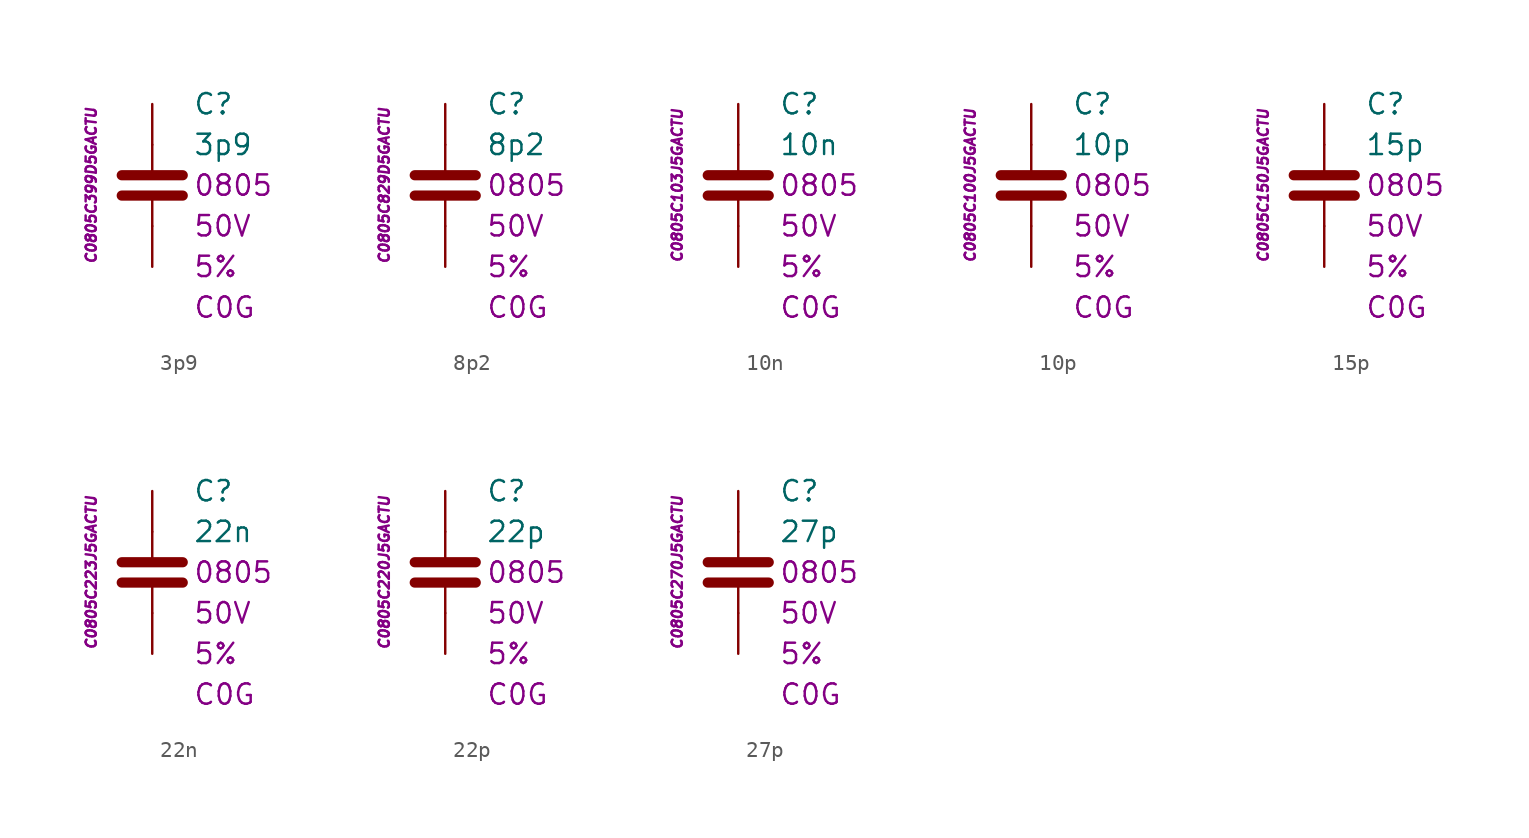
<source format=kicad_sym>
(kicad_symbol_lib
  (version 20201005)
  (generator kicad_symbol_editor)
  (symbol "C.Kemet.MLCC.0805.COG:3p9"
    (pin_numbers hide)
    (pin_names
      (offset 1.016) hide)
    (property "Reference" "C"
      (at 2.54 5.08 0)
      (effects (font (size 1.27 1.27)) (justify left)))
    (property "Value" "3p9"
      (at 2.54 2.54 0)
      (effects (font (size 1.27 1.27)) (justify left)))
    (property "Package" "0805"
      (at 2.54 0 0)
      (effects (font (size 1.27 1.27)) (justify left)))
    (property "Voltage" "50V"
      (at 2.54 -2.54 0)
      (effects (font (size 1.27 1.27)) (justify left)))
    (property "Tolerance" "5%"
      (at 2.54 -5.08 0)
      (effects (font (size 1.27 1.27)) (justify left)))
    (property "Dielectric" "C0G"
      (at 2.54 -7.62 0)
      (effects (font (size 1.27 1.27)) (justify left)))
    (property "ID" "C0805C399D5GACTU"
      (at -3.81 0 90)
      (effects (font (size 0.635 0.635) italic)))
    (symbol "3p9_0_1"
      (polyline (pts (xy -1.905 -0.635) (xy 1.905 -0.635)) (stroke (width 0.635)) (fill (type none)))
      (polyline (pts (xy -1.905 0.635) (xy 1.905 0.635)) (stroke (width 0.635)) (fill (type none)))
      (polyline (pts (xy 0 -2.54) (xy 0 -0.635)) (stroke (width 0.152)) (fill (type none)))
      (polyline (pts (xy 0 0.635) (xy 0 2.54)) (stroke (width 0.152)) (fill (type none))))
    (symbol "3p9_1_1"
      (pin passive line (at 0 5.08 270) (length 2.54) (name "~" (effects (font (size 1.778 1.778)))) (number "1" (effects (font (size 1.778 1.778)))))
      (pin passive line (at 0 -5.08 90) (length 2.54) (name "~" (effects (font (size 1.778 1.778)))) (number "2" (effects (font (size 1.778 1.778)))))))
  (symbol "C.Kemet.MLCC.0805.COG:8p2"
    (pin_numbers hide)
    (pin_names
      (offset 1.016) hide)
    (property "Reference" "C"
      (at 2.54 5.08 0)
      (effects (font (size 1.27 1.27)) (justify left)))
    (property "Value" "8p2"
      (at 2.54 2.54 0)
      (effects (font (size 1.27 1.27)) (justify left)))
    (property "Package" "0805"
      (at 2.54 0 0)
      (effects (font (size 1.27 1.27)) (justify left)))
    (property "Voltage" "50V"
      (at 2.54 -2.54 0)
      (effects (font (size 1.27 1.27)) (justify left)))
    (property "Tolerance" "5%"
      (at 2.54 -5.08 0)
      (effects (font (size 1.27 1.27)) (justify left)))
    (property "Dielectric" "C0G"
      (at 2.54 -7.62 0)
      (effects (font (size 1.27 1.27)) (justify left)))
    (property "ID" "C0805C829D5GACTU"
      (at -3.81 0 90)
      (effects (font (size 0.635 0.635) italic)))
    (symbol "8p2_0_1"
      (polyline (pts (xy -1.905 -0.635) (xy 1.905 -0.635)) (stroke (width 0.635)) (fill (type none)))
      (polyline (pts (xy -1.905 0.635) (xy 1.905 0.635)) (stroke (width 0.635)) (fill (type none)))
      (polyline (pts (xy 0 -2.54) (xy 0 -0.635)) (stroke (width 0.152)) (fill (type none)))
      (polyline (pts (xy 0 0.635) (xy 0 2.54)) (stroke (width 0.152)) (fill (type none))))
    (symbol "8p2_1_1"
      (pin passive line (at 0 5.08 270) (length 2.54) (name "~" (effects (font (size 1.778 1.778)))) (number "1" (effects (font (size 1.778 1.778)))))
      (pin passive line (at 0 -5.08 90) (length 2.54) (name "~" (effects (font (size 1.778 1.778)))) (number "2" (effects (font (size 1.778 1.778)))))))
  (symbol "C.Kemet.MLCC.0805.COG:10n"
    (pin_numbers hide)
    (pin_names
      (offset 1.016) hide)
    (property "Reference" "C"
      (at 2.54 5.08 0)
      (effects (font (size 1.27 1.27)) (justify left)))
    (property "Value" "10n"
      (at 2.54 2.54 0)
      (effects (font (size 1.27 1.27)) (justify left)))
    (property "Package" "0805"
      (at 2.54 0 0)
      (effects (font (size 1.27 1.27)) (justify left)))
    (property "Voltage" "50V"
      (at 2.54 -2.54 0)
      (effects (font (size 1.27 1.27)) (justify left)))
    (property "Tolerance" "5%"
      (at 2.54 -5.08 0)
      (effects (font (size 1.27 1.27)) (justify left)))
    (property "Dielectric" "C0G"
      (at 2.54 -7.62 0)
      (effects (font (size 1.27 1.27)) (justify left)))
    (property "ID" "C0805C103J5GACTU"
      (at -3.81 0 90)
      (effects (font (size 0.635 0.635) italic)))
    (symbol "10n_0_1"
      (polyline (pts (xy -1.905 -0.635) (xy 1.905 -0.635)) (stroke (width 0.635)) (fill (type none)))
      (polyline (pts (xy -1.905 0.635) (xy 1.905 0.635)) (stroke (width 0.635)) (fill (type none)))
      (polyline (pts (xy 0 -2.54) (xy 0 -0.635)) (stroke (width 0.152)) (fill (type none)))
      (polyline (pts (xy 0 0.635) (xy 0 2.54)) (stroke (width 0.152)) (fill (type none))))
    (symbol "10n_1_1"
      (pin passive line (at 0 5.08 270) (length 2.54) (name "~" (effects (font (size 1.778 1.778)))) (number "1" (effects (font (size 1.778 1.778)))))
      (pin passive line (at 0 -5.08 90) (length 2.54) (name "~" (effects (font (size 1.778 1.778)))) (number "2" (effects (font (size 1.778 1.778)))))))
  (symbol "C.Kemet.MLCC.0805.COG:10p"
    (pin_numbers hide)
    (pin_names
      (offset 1.016) hide)
    (property "Reference" "C"
      (at 2.54 5.08 0)
      (effects (font (size 1.27 1.27)) (justify left)))
    (property "Value" "10p"
      (at 2.54 2.54 0)
      (effects (font (size 1.27 1.27)) (justify left)))
    (property "Package" "0805"
      (at 2.54 0 0)
      (effects (font (size 1.27 1.27)) (justify left)))
    (property "Voltage" "50V"
      (at 2.54 -2.54 0)
      (effects (font (size 1.27 1.27)) (justify left)))
    (property "Tolerance" "5%"
      (at 2.54 -5.08 0)
      (effects (font (size 1.27 1.27)) (justify left)))
    (property "Dielectric" "C0G"
      (at 2.54 -7.62 0)
      (effects (font (size 1.27 1.27)) (justify left)))
    (property "ID" "C0805C100J5GACTU"
      (at -3.81 0 90)
      (effects (font (size 0.635 0.635) italic)))
    (symbol "10p_0_1"
      (polyline (pts (xy -1.905 -0.635) (xy 1.905 -0.635)) (stroke (width 0.635)) (fill (type none)))
      (polyline (pts (xy -1.905 0.635) (xy 1.905 0.635)) (stroke (width 0.635)) (fill (type none)))
      (polyline (pts (xy 0 -2.54) (xy 0 -0.635)) (stroke (width 0.152)) (fill (type none)))
      (polyline (pts (xy 0 0.635) (xy 0 2.54)) (stroke (width 0.152)) (fill (type none))))
    (symbol "10p_1_1"
      (pin passive line (at 0 5.08 270) (length 2.54) (name "~" (effects (font (size 1.778 1.778)))) (number "1" (effects (font (size 1.778 1.778)))))
      (pin passive line (at 0 -5.08 90) (length 2.54) (name "~" (effects (font (size 1.778 1.778)))) (number "2" (effects (font (size 1.778 1.778)))))))
  (symbol "C.Kemet.MLCC.0805.COG:15p"
    (pin_numbers hide)
    (pin_names
      (offset 1.016) hide)
    (property "Reference" "C"
      (at 2.54 5.08 0)
      (effects (font (size 1.27 1.27)) (justify left)))
    (property "Value" "15p"
      (at 2.54 2.54 0)
      (effects (font (size 1.27 1.27)) (justify left)))
    (property "Package" "0805"
      (at 2.54 0 0)
      (effects (font (size 1.27 1.27)) (justify left)))
    (property "Voltage" "50V"
      (at 2.54 -2.54 0)
      (effects (font (size 1.27 1.27)) (justify left)))
    (property "Tolerance" "5%"
      (at 2.54 -5.08 0)
      (effects (font (size 1.27 1.27)) (justify left)))
    (property "Dielectric" "C0G"
      (at 2.54 -7.62 0)
      (effects (font (size 1.27 1.27)) (justify left)))
    (property "ID" "C0805C150J5GACTU"
      (at -3.81 0 90)
      (effects (font (size 0.635 0.635) italic)))
    (symbol "15p_0_1"
      (polyline (pts (xy -1.905 -0.635) (xy 1.905 -0.635)) (stroke (width 0.635)) (fill (type none)))
      (polyline (pts (xy -1.905 0.635) (xy 1.905 0.635)) (stroke (width 0.635)) (fill (type none)))
      (polyline (pts (xy 0 -2.54) (xy 0 -0.635)) (stroke (width 0.152)) (fill (type none)))
      (polyline (pts (xy 0 0.635) (xy 0 2.54)) (stroke (width 0.152)) (fill (type none))))
    (symbol "15p_1_1"
      (pin passive line (at 0 5.08 270) (length 2.54) (name "~" (effects (font (size 1.778 1.778)))) (number "1" (effects (font (size 1.778 1.778)))))
      (pin passive line (at 0 -5.08 90) (length 2.54) (name "~" (effects (font (size 1.778 1.778)))) (number "2" (effects (font (size 1.778 1.778)))))))
  (symbol "C.Kemet.MLCC.0805.COG:22n"
    (pin_numbers hide)
    (pin_names
      (offset 1.016) hide)
    (property "Reference" "C"
      (at 2.54 5.08 0)
      (effects (font (size 1.27 1.27)) (justify left)))
    (property "Value" "22n"
      (at 2.54 2.54 0)
      (effects (font (size 1.27 1.27)) (justify left)))
    (property "Package" "0805"
      (at 2.54 0 0)
      (effects (font (size 1.27 1.27)) (justify left)))
    (property "Voltage" "50V"
      (at 2.54 -2.54 0)
      (effects (font (size 1.27 1.27)) (justify left)))
    (property "Tolerance" "5%"
      (at 2.54 -5.08 0)
      (effects (font (size 1.27 1.27)) (justify left)))
    (property "Dielectric" "C0G"
      (at 2.54 -7.62 0)
      (effects (font (size 1.27 1.27)) (justify left)))
    (property "ID" "C0805C223J5GACTU"
      (at -3.81 0 90)
      (effects (font (size 0.635 0.635) italic)))
    (symbol "22n_0_1"
      (polyline (pts (xy -1.905 -0.635) (xy 1.905 -0.635)) (stroke (width 0.635)) (fill (type none)))
      (polyline (pts (xy -1.905 0.635) (xy 1.905 0.635)) (stroke (width 0.635)) (fill (type none)))
      (polyline (pts (xy 0 -2.54) (xy 0 -0.635)) (stroke (width 0.152)) (fill (type none)))
      (polyline (pts (xy 0 0.635) (xy 0 2.54)) (stroke (width 0.152)) (fill (type none))))
    (symbol "22n_1_1"
      (pin passive line (at 0 5.08 270) (length 2.54) (name "~" (effects (font (size 1.778 1.778)))) (number "1" (effects (font (size 1.778 1.778)))))
      (pin passive line (at 0 -5.08 90) (length 2.54) (name "~" (effects (font (size 1.778 1.778)))) (number "2" (effects (font (size 1.778 1.778)))))))
  (symbol "C.Kemet.MLCC.0805.COG:22p"
    (pin_numbers hide)
    (pin_names
      (offset 1.016) hide)
    (property "Reference" "C"
      (at 2.54 5.08 0)
      (effects (font (size 1.27 1.27)) (justify left)))
    (property "Value" "22p"
      (at 2.54 2.54 0)
      (effects (font (size 1.27 1.27)) (justify left)))
    (property "Package" "0805"
      (at 2.54 0 0)
      (effects (font (size 1.27 1.27)) (justify left)))
    (property "Voltage" "50V"
      (at 2.54 -2.54 0)
      (effects (font (size 1.27 1.27)) (justify left)))
    (property "Tolerance" "5%"
      (at 2.54 -5.08 0)
      (effects (font (size 1.27 1.27)) (justify left)))
    (property "Dielectric" "C0G"
      (at 2.54 -7.62 0)
      (effects (font (size 1.27 1.27)) (justify left)))
    (property "ID" "C0805C220J5GACTU"
      (at -3.81 0 90)
      (effects (font (size 0.635 0.635) italic)))
    (symbol "22p_0_1"
      (polyline (pts (xy -1.905 -0.635) (xy 1.905 -0.635)) (stroke (width 0.635)) (fill (type none)))
      (polyline (pts (xy -1.905 0.635) (xy 1.905 0.635)) (stroke (width 0.635)) (fill (type none)))
      (polyline (pts (xy 0 -2.54) (xy 0 -0.635)) (stroke (width 0.152)) (fill (type none)))
      (polyline (pts (xy 0 0.635) (xy 0 2.54)) (stroke (width 0.152)) (fill (type none))))
    (symbol "22p_1_1"
      (pin passive line (at 0 5.08 270) (length 2.54) (name "~" (effects (font (size 1.778 1.778)))) (number "1" (effects (font (size 1.778 1.778)))))
      (pin passive line (at 0 -5.08 90) (length 2.54) (name "~" (effects (font (size 1.778 1.778)))) (number "2" (effects (font (size 1.778 1.778)))))))
  (symbol "C.Kemet.MLCC.0805.COG:27p"
    (pin_numbers hide)
    (pin_names
      (offset 1.016) hide)
    (property "Reference" "C"
      (at 2.54 5.08 0)
      (effects (font (size 1.27 1.27)) (justify left)))
    (property "Value" "27p"
      (at 2.54 2.54 0)
      (effects (font (size 1.27 1.27)) (justify left)))
    (property "Package" "0805"
      (at 2.54 0 0)
      (effects (font (size 1.27 1.27)) (justify left)))
    (property "Voltage" "50V"
      (at 2.54 -2.54 0)
      (effects (font (size 1.27 1.27)) (justify left)))
    (property "Tolerance" "5%"
      (at 2.54 -5.08 0)
      (effects (font (size 1.27 1.27)) (justify left)))
    (property "Dielectric" "C0G"
      (at 2.54 -7.62 0)
      (effects (font (size 1.27 1.27)) (justify left)))
    (property "ID" "C0805C270J5GACTU"
      (at -3.81 0 90)
      (effects (font (size 0.635 0.635) italic)))
    (symbol "27p_0_1"
      (polyline (pts (xy -1.905 -0.635) (xy 1.905 -0.635)) (stroke (width 0.635)) (fill (type none)))
      (polyline (pts (xy -1.905 0.635) (xy 1.905 0.635)) (stroke (width 0.635)) (fill (type none)))
      (polyline (pts (xy 0 -2.54) (xy 0 -0.635)) (stroke (width 0.152)) (fill (type none)))
      (polyline (pts (xy 0 0.635) (xy 0 2.54)) (stroke (width 0.152)) (fill (type none))))
    (symbol "27p_1_1"
      (pin passive line (at 0 5.08 270) (length 2.54) (name "~" (effects (font (size 1.778 1.778)))) (number "1" (effects (font (size 1.778 1.778)))))
      (pin passive line (at 0 -5.08 90) (length 2.54) (name "~" (effects (font (size 1.778 1.778)))) (number "2" (effects (font (size 1.778 1.778))))))))
</source>
